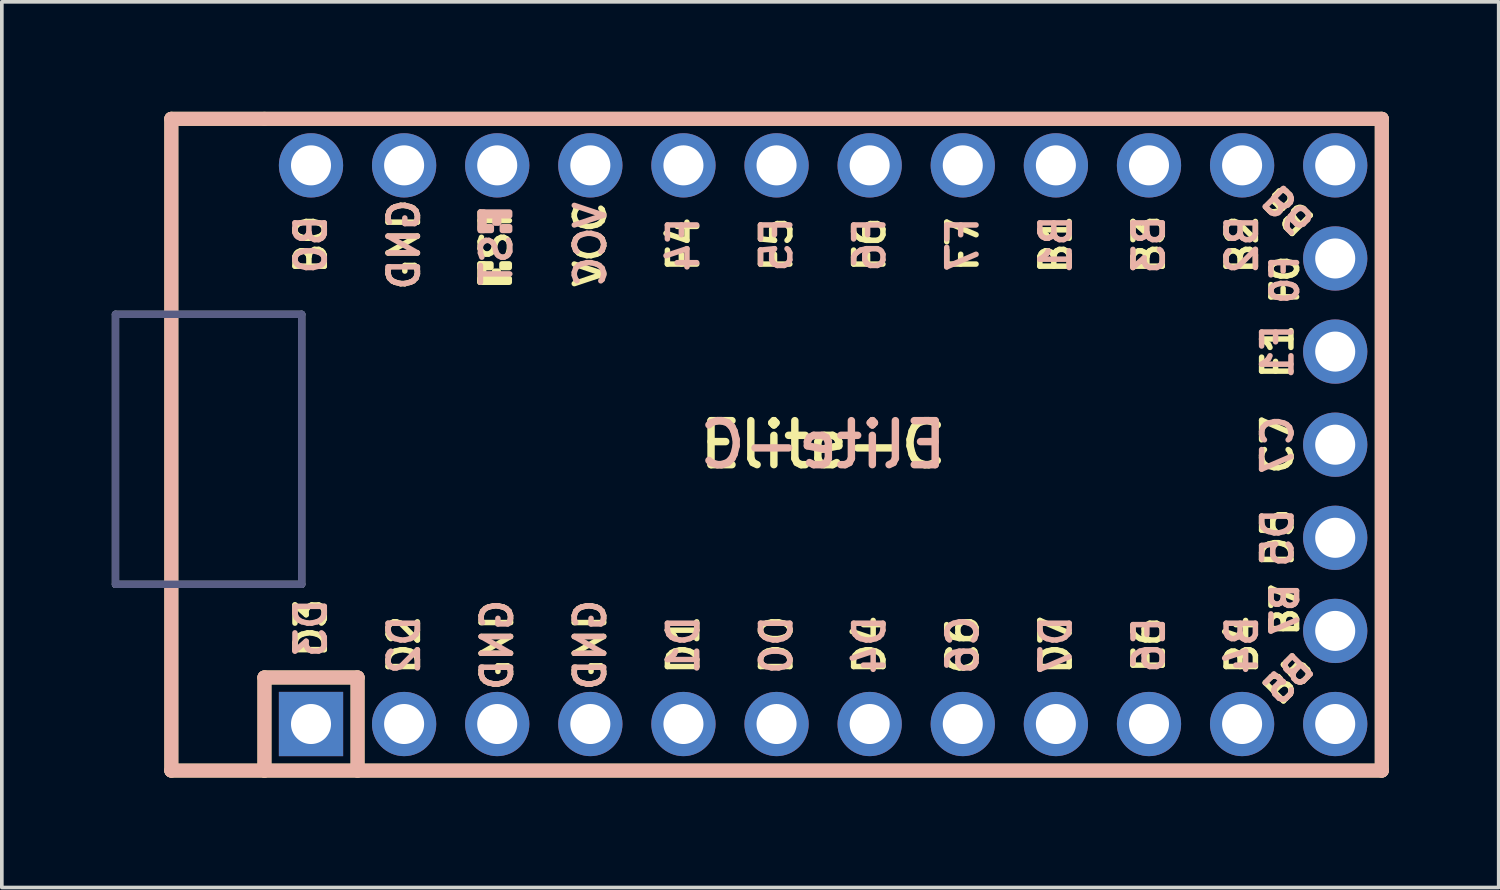
<source format=kicad_pcb>
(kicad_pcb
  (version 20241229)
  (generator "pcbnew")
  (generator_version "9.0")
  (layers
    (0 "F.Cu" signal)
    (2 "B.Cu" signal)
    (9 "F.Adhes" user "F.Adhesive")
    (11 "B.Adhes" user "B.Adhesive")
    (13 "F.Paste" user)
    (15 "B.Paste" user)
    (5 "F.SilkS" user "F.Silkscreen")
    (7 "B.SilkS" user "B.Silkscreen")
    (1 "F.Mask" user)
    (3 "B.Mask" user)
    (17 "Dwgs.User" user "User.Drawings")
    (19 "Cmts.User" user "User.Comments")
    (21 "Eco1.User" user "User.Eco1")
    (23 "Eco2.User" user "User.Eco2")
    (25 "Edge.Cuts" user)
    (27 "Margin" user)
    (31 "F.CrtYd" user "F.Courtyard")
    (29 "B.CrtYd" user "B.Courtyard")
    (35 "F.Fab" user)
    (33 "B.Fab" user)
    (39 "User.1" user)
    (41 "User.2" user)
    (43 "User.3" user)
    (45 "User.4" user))
  (footprint "Elite-C"
    (layer "F.Cu")
    (at 19.404 9.081)
    (property "Reference" "Elite-C" (at 0 0 0) (layer "F.SilkS") (effects (font (size 1.2 1.2) (thickness 0.203))))
    (attr through_hole)
    (fp_line (start -17.78 -8.89) (end -17.78 8.89) (stroke (width 0.381) (type solid)) (layer "F.SilkS"))
    (fp_line (start -17.78 8.89) (end -15.24 8.89) (stroke (width 0.381) (type solid)) (layer "F.SilkS"))
    (fp_line (start -15.24 -8.89) (end -17.78 -8.89) (stroke (width 0.381) (type solid)) (layer "F.SilkS"))
    (fp_line (start -15.24 6.35) (end -15.24 8.89) (stroke (width 0.381) (type solid)) (layer "F.SilkS"))
    (fp_line (start -15.24 6.35) (end -12.7 6.35) (stroke (width 0.381) (type solid)) (layer "F.SilkS"))
    (fp_line (start -15.24 8.89) (end 15.24 8.89) (stroke (width 0.381) (type solid)) (layer "F.SilkS"))
    (fp_line (start -12.7 6.35) (end -12.7 8.89) (stroke (width 0.381) (type solid)) (layer "F.SilkS"))
    (fp_line (start 15.24 -8.89) (end -15.24 -8.89) (stroke (width 0.381) (type solid)) (layer "F.SilkS"))
    (fp_line (start 15.24 8.89) (end 15.24 -8.89) (stroke (width 0.381) (type solid)) (layer "F.SilkS"))
    (fp_poly (pts (xy -9.361 -4.932) (xy -9.261 -4.932) (xy -9.261 -4.432) (xy -9.361 -4.432)) (stroke (width 0.15) (type solid)) (fill yes) (layer "F.SilkS"))
    (fp_poly (pts (xy -9.361 -4.932) (xy -9.061 -4.932) (xy -9.061 -4.832) (xy -9.361 -4.832)) (stroke (width 0.15) (type solid)) (fill yes) (layer "F.SilkS"))
    (fp_poly (pts (xy -9.361 -4.532) (xy -8.561 -4.532) (xy -8.561 -4.432) (xy -9.361 -4.432)) (stroke (width 0.15) (type solid)) (fill yes) (layer "F.SilkS"))
    (fp_poly (pts (xy -8.961 -4.732) (xy -8.861 -4.732) (xy -8.861 -4.632) (xy -8.961 -4.632)) (stroke (width 0.15) (type solid)) (fill yes) (layer "F.SilkS"))
    (fp_poly (pts (xy -8.761 -4.932) (xy -8.561 -4.932) (xy -8.561 -4.832) (xy -8.761 -4.832)) (stroke (width 0.15) (type solid)) (fill yes) (layer "F.SilkS"))
    (fp_line (start -17.78 -8.89) (end -17.78 8.89) (stroke (width 0.381) (type solid)) (layer "B.SilkS"))
    (fp_line (start -17.78 8.89) (end 15.24 8.89) (stroke (width 0.381) (type solid)) (layer "B.SilkS"))
    (fp_line (start -15.24 6.35) (end -15.24 8.89) (stroke (width 0.381) (type solid)) (layer "B.SilkS"))
    (fp_line (start -15.24 6.35) (end -12.7 6.35) (stroke (width 0.381) (type solid)) (layer "B.SilkS"))
    (fp_line (start -12.7 6.35) (end -12.7 8.89) (stroke (width 0.381) (type solid)) (layer "B.SilkS"))
    (fp_line (start 15.24 -8.89) (end -17.78 -8.89) (stroke (width 0.381) (type solid)) (layer "B.SilkS"))
    (fp_line (start 15.24 8.89) (end 15.24 -8.89) (stroke (width 0.381) (type solid)) (layer "B.SilkS"))
    (fp_poly (pts (xy -9.351 -6.245) (xy -8.551 -6.245) (xy -8.551 -6.345) (xy -9.351 -6.345)) (stroke (width 0.15) (type solid)) (fill yes) (layer "B.SilkS"))
    (fp_poly (pts (xy -9.351 -5.845) (xy -9.251 -5.845) (xy -9.251 -6.345) (xy -9.351 -6.345)) (stroke (width 0.15) (type solid)) (fill yes) (layer "B.SilkS"))
    (fp_poly (pts (xy -9.351 -5.845) (xy -9.051 -5.845) (xy -9.051 -5.945) (xy -9.351 -5.945)) (stroke (width 0.15) (type solid)) (fill yes) (layer "B.SilkS"))
    (fp_poly (pts (xy -8.951 -6.045) (xy -8.851 -6.045) (xy -8.851 -6.145) (xy -8.951 -6.145)) (stroke (width 0.15) (type solid)) (fill yes) (layer "B.SilkS"))
    (fp_poly (pts (xy -8.751 -5.845) (xy -8.551 -5.845) (xy -8.551 -5.945) (xy -8.751 -5.945)) (stroke (width 0.15) (type solid)) (fill yes) (layer "B.SilkS"))
    (fp_line (start -19.304 -3.556) (end -14.224 -3.556) (stroke (width 0.2) (type solid)) (layer "B.Fab"))
    (fp_line (start -19.304 3.81) (end -19.304 -3.556) (stroke (width 0.2) (type solid)) (layer "B.Fab"))
    (fp_line (start -14.224 -3.556) (end -14.224 3.81) (stroke (width 0.2) (type solid)) (layer "B.Fab"))
    (fp_line (start -14.224 3.81) (end -19.304 3.81) (stroke (width 0.2) (type solid)) (layer "B.Fab"))
    (fp_line (start -19.304 -3.556) (end -14.224 -3.556) (stroke (width 0.2) (type solid)) (layer "F.Fab"))
    (fp_line (start -19.304 3.81) (end -19.304 -3.556) (stroke (width 0.2) (type solid)) (layer "F.Fab"))
    (fp_line (start -14.224 -3.556) (end -14.224 3.81) (stroke (width 0.2) (type solid)) (layer "F.Fab"))
    (fp_line (start -14.224 3.81) (end -19.304 3.81) (stroke (width 0.2) (type solid)) (layer "F.Fab"))
    (fp_text user "GND" (at -11.43 -5.461 90) (layer "F.SilkS") (effects (font (size 0.8 0.8) (thickness 0.15))))
    (fp_text user "D7" (at 6.35 5.461 90) (layer "F.SilkS") (effects (font (size 0.8 0.8) (thickness 0.15))))
    (fp_text user "B3" (at 8.89 -5.461 90) (layer "F.SilkS") (effects (font (size 0.8 0.8) (thickness 0.15))))
    (fp_text user "F7" (at 3.81 -5.461 90) (layer "F.SilkS") (effects (font (size 0.8 0.8) (thickness 0.15))))
    (fp_text user "D5" (at 12.4 2.54 90) (layer "F.SilkS") (effects (font (size 0.8 0.8) (thickness 0.15))))
    (fp_text user "GND" (at -6.35 5.461 90) (layer "F.SilkS") (effects (font (size 0.8 0.8) (thickness 0.15))))
    (fp_text user "B6" (at 12.7 -6.4 135) (unlocked yes) (layer "F.SilkS") (effects (font (size 0.7 0.7) (thickness 0.15))))
    (fp_text user "D3" (at -13.97 5 90) (layer "F.SilkS") (effects (font (size 0.8 0.8) (thickness 0.15))))
    (fp_text user "B5" (at 12.7 6.4 45) (layer "F.SilkS") (effects (font (size 0.7 0.7) (thickness 0.15))))
    (fp_text user "GND" (at -8.89 5.461 90) (layer "F.SilkS") (effects (font (size 0.8 0.8) (thickness 0.15))))
    (fp_text user "VCC" (at -6.35 -5.461 90) (layer "F.SilkS") (effects (font (size 0.8 0.8) (thickness 0.15))))
    (fp_text user "D2" (at -11.43 5.461 90) (layer "F.SilkS") (effects (font (size 0.8 0.8) (thickness 0.15))))
    (fp_text user "F1" (at 12.4 -2.54 90) (layer "F.SilkS") (effects (font (size 0.8 0.8) (thickness 0.15))))
    (fp_text user "D1" (at -3.81 5.461 90) (layer "F.SilkS") (effects (font (size 0.8 0.8) (thickness 0.15))))
    (fp_text user "B0" (at -13.97 -5.461 90) (layer "F.SilkS") (effects (font (size 0.8 0.8) (thickness 0.15))))
    (fp_text user "F4" (at -3.81 -5.461 90) (layer "F.SilkS") (effects (font (size 0.8 0.8) (thickness 0.15))))
    (fp_text user "F5" (at -1.27 -5.461 90) (layer "F.SilkS") (effects (font (size 0.8 0.8) (thickness 0.15))))
    (fp_text user "B7" (at 12.6 4.5 90) (layer "F.SilkS") (effects (font (size 0.7 0.7) (thickness 0.15))))
    (fp_text user "D4" (at 1.27 5.461 90) (layer "F.SilkS") (effects (font (size 0.8 0.8) (thickness 0.15))))
    (fp_text user "B2" (at 11.43 -5.461 90) (layer "F.SilkS") (effects (font (size 0.8 0.8) (thickness 0.15))))
    (fp_text user "D0" (at -1.27 5.461 90) (layer "F.SilkS") (effects (font (size 0.8 0.8) (thickness 0.15))))
    (fp_text user "C6" (at 3.81 5.461 90) (layer "F.SilkS") (effects (font (size 0.8 0.8) (thickness 0.15))))
    (fp_text user "F0" (at 12.6 -4.5 90) (layer "F.SilkS") (effects (font (size 0.7 0.7) (thickness 0.15))))
    (fp_text user "F6" (at 1.27 -5.461 90) (layer "F.SilkS") (effects (font (size 0.8 0.8) (thickness 0.15))))
    (fp_text user "ST" (at -8.92 -5.733 90) (layer "F.SilkS") (effects (font (size 0.8 0.8) (thickness 0.15))))
    (fp_text user "B1" (at 6.35 -5.461 90) (layer "F.SilkS") (effects (font (size 0.8 0.8) (thickness 0.15))))
    (fp_text user "E6" (at 8.89 5.461 90) (layer "F.SilkS") (effects (font (size 0.8 0.8) (thickness 0.15))))
    (fp_text user "B4" (at 11.43 5.461 90) (layer "F.SilkS") (effects (font (size 0.8 0.8) (thickness 0.15))))
    (fp_text user "C7" (at 12.4 0 90) (layer "F.SilkS") (effects (font (size 0.8 0.8) (thickness 0.15))))
    (fp_text user "F1" (at 12.4 -2.54 90) (layer "B.SilkS") (effects (font (size 0.8 0.8) (thickness 0.15)) (justify mirror)))
    (fp_text user "B3" (at 8.89 -5.461 90) (layer "B.SilkS") (effects (font (size 0.8 0.8) (thickness 0.15)) (justify mirror)))
    (fp_text user "B2" (at 11.43 -5.461 90) (layer "B.SilkS") (effects (font (size 0.8 0.8) (thickness 0.15)) (justify mirror)))
    (fp_text user "${REFERENCE}" (at 0 0 0) (layer "B.SilkS") (effects (font (size 1.2 1.2) (thickness 0.203)) (justify mirror)))
    (fp_text user "C7" (at 12.4 0 90) (layer "B.SilkS") (effects (font (size 0.8 0.8) (thickness 0.15)) (justify mirror)))
    (fp_text user "F0" (at 12.6 -4.5 90) (layer "B.SilkS") (effects (font (size 0.7 0.7) (thickness 0.15)) (justify mirror)))
    (fp_text user "D5" (at 12.4 2.54 90) (layer "B.SilkS") (effects (font (size 0.8 0.8) (thickness 0.15)) (justify mirror)))
    (fp_text user "D4" (at 1.27 5.461 90) (layer "B.SilkS") (effects (font (size 0.8 0.8) (thickness 0.15)) (justify mirror)))
    (fp_text user "B6" (at 12.7 -6.4 135) (unlocked yes) (layer "B.SilkS") (effects (font (size 0.7 0.7) (thickness 0.15)) (justify mirror)))
    (fp_text user "GND" (at -11.43 -5.461 90) (layer "B.SilkS") (effects (font (size 0.8 0.8) (thickness 0.15)) (justify mirror)))
    (fp_text user "B7" (at 12.6 4.5 90) (layer "B.SilkS") (effects (font (size 0.7 0.7) (thickness 0.15)) (justify mirror)))
    (fp_text user "D2" (at -11.43 5.461 90) (layer "B.SilkS") (effects (font (size 0.8 0.8) (thickness 0.15)) (justify mirror)))
    (fp_text user "ST" (at -8.91 -5.04 90) (layer "B.SilkS") (effects (font (size 0.8 0.8) (thickness 0.15)) (justify mirror)))
    (fp_text user "B5" (at 12.7 6.4 45) (layer "B.SilkS") (effects (font (size 0.7 0.7) (thickness 0.15)) (justify mirror)))
    (fp_text user "D0" (at -1.27 5.461 90) (layer "B.SilkS") (effects (font (size 0.8 0.8) (thickness 0.15)) (justify mirror)))
    (fp_text user "D7" (at 6.35 5.461 90) (layer "B.SilkS") (effects (font (size 0.8 0.8) (thickness 0.15)) (justify mirror)))
    (fp_text user "B4" (at 11.43 5.461 90) (layer "B.SilkS") (effects (font (size 0.8 0.8) (thickness 0.15)) (justify mirror)))
    (fp_text user "VCC" (at -6.35 -5.461 90) (layer "B.SilkS") (effects (font (size 0.8 0.8) (thickness 0.15)) (justify mirror)))
    (fp_text user "C6" (at 3.81 5.461 90) (layer "B.SilkS") (effects (font (size 0.8 0.8) (thickness 0.15)) (justify mirror)))
    (fp_text user "E6" (at 8.89 5.461 90) (layer "B.SilkS") (effects (font (size 0.8 0.8) (thickness 0.15)) (justify mirror)))
    (fp_text user "B0" (at -13.97 -5.461 90) (layer "B.SilkS") (effects (font (size 0.8 0.8) (thickness 0.15)) (justify mirror)))
    (fp_text user "B1" (at 6.35 -5.461 90) (layer "B.SilkS") (effects (font (size 0.8 0.8) (thickness 0.15)) (justify mirror)))
    (fp_text user "D3" (at -13.97 5 90) (layer "B.SilkS") (effects (font (size 0.8 0.8) (thickness 0.15)) (justify mirror)))
    (fp_text user "GND" (at -8.89 5.461 90) (layer "B.SilkS") (effects (font (size 0.8 0.8) (thickness 0.15)) (justify mirror)))
    (fp_text user "D1" (at -3.81 5.461 90) (layer "B.SilkS") (effects (font (size 0.8 0.8) (thickness 0.15)) (justify mirror)))
    (fp_text user "GND" (at -6.35 5.461 90) (layer "B.SilkS") (effects (font (size 0.8 0.8) (thickness 0.15)) (justify mirror)))
    (fp_text user "F6" (at 1.27 -5.461 90) (layer "B.SilkS") (effects (font (size 0.8 0.8) (thickness 0.15)) (justify mirror)))
    (fp_text user "F5" (at -1.27 -5.461 90) (layer "B.SilkS") (effects (font (size 0.8 0.8) (thickness 0.15)) (justify mirror)))
    (fp_text user "F7" (at 3.81 -5.461 90) (layer "B.SilkS") (effects (font (size 0.8 0.8) (thickness 0.15)) (justify mirror)))
    (fp_text user "F4" (at -3.81 -5.461 90) (layer "B.SilkS") (effects (font (size 0.8 0.8) (thickness 0.15)) (justify mirror)))
    (pad "1" thru_hole rect (at -13.97 7.62) (size 1.753 1.753) (drill 1.092) (layers "*.Cu" "*.Mask"))
    (pad "2" thru_hole circle (at -11.43 7.62) (size 1.753 1.753) (drill 1.092) (layers "*.Cu" "*.Mask"))
    (pad "3" thru_hole circle (at -8.89 7.62) (size 1.753 1.753) (drill 1.092) (layers "*.Cu" "*.Mask"))
    (pad "4" thru_hole circle (at -6.35 7.62) (size 1.753 1.753) (drill 1.092) (layers "*.Cu" "*.Mask"))
    (pad "5" thru_hole circle (at -3.81 7.62) (size 1.753 1.753) (drill 1.092) (layers "*.Cu" "*.Mask"))
    (pad "6" thru_hole circle (at -1.27 7.62) (size 1.753 1.753) (drill 1.092) (layers "*.Cu" "*.Mask"))
    (pad "7" thru_hole circle (at 1.27 7.62) (size 1.753 1.753) (drill 1.092) (layers "*.Cu" "*.Mask"))
    (pad "8" thru_hole circle (at 3.81 7.62) (size 1.753 1.753) (drill 1.092) (layers "*.Cu" "*.Mask"))
    (pad "9" thru_hole circle (at 6.35 7.62) (size 1.753 1.753) (drill 1.092) (layers "*.Cu" "*.Mask"))
    (pad "10" thru_hole circle (at 8.89 7.62) (size 1.753 1.753) (drill 1.092) (layers "*.Cu" "*.Mask"))
    (pad "11" thru_hole circle (at 11.43 7.62) (size 1.753 1.753) (drill 1.092) (layers "*.Cu" "*.Mask"))
    (pad "12" thru_hole circle (at 13.97 7.62) (size 1.753 1.753) (drill 1.092) (layers "*.Cu" "*.Mask"))
    (pad "13" thru_hole circle (at 13.97 -7.62) (size 1.753 1.753) (drill 1.092) (layers "*.Cu" "*.Mask"))
    (pad "14" thru_hole circle (at 11.43 -7.62) (size 1.753 1.753) (drill 1.092) (layers "*.Cu" "*.Mask"))
    (pad "15" thru_hole circle (at 8.89 -7.62) (size 1.753 1.753) (drill 1.092) (layers "*.Cu" "*.Mask"))
    (pad "16" thru_hole circle (at 6.35 -7.62) (size 1.753 1.753) (drill 1.092) (layers "*.Cu" "*.Mask"))
    (pad "17" thru_hole circle (at 3.81 -7.62) (size 1.753 1.753) (drill 1.092) (layers "*.Cu" "*.Mask"))
    (pad "18" thru_hole circle (at 1.27 -7.62) (size 1.753 1.753) (drill 1.092) (layers "*.Cu" "*.Mask"))
    (pad "19" thru_hole circle (at -1.27 -7.62) (size 1.753 1.753) (drill 1.092) (layers "*.Cu" "*.Mask"))
    (pad "20" thru_hole circle (at -3.81 -7.62) (size 1.753 1.753) (drill 1.092) (layers "*.Cu" "*.Mask"))
    (pad "21" thru_hole circle (at -6.35 -7.62) (size 1.753 1.753) (drill 1.092) (layers "*.Cu" "*.Mask"))
    (pad "22" thru_hole circle (at -8.89 -7.62) (size 1.753 1.753) (drill 1.092) (layers "*.Cu" "*.Mask"))
    (pad "23" thru_hole circle (at -11.43 -7.62) (size 1.753 1.753) (drill 1.092) (layers "*.Cu" "*.Mask"))
    (pad "24" thru_hole circle (at -13.97 -7.62) (size 1.753 1.753) (drill 1.092) (layers "*.Cu" "*.Mask"))
    (pad "25" thru_hole circle (at 13.97 5.08) (size 1.753 1.753) (drill 1.092) (layers "*.Cu" "*.Mask"))
    (pad "26" thru_hole circle (at 13.97 2.54) (size 1.753 1.753) (drill 1.092) (layers "*.Cu" "*.Mask"))
    (pad "27" thru_hole circle (at 13.97 0) (size 1.753 1.753) (drill 1.092) (layers "*.Cu" "*.Mask"))
    (pad "28" thru_hole circle (at 13.97 -2.54) (size 1.753 1.753) (drill 1.092) (layers "*.Cu" "*.Mask"))
    (pad "29" thru_hole circle (at 13.97 -5.08) (size 1.753 1.753) (drill 1.092) (layers "*.Cu" "*.Mask")))
  (gr_rect
    (start -3 -3)
    (end 37.834 21.161)
    (stroke (width 0.1) (type default))
    (fill no)
    (layer "Edge.Cuts")))
</source>
